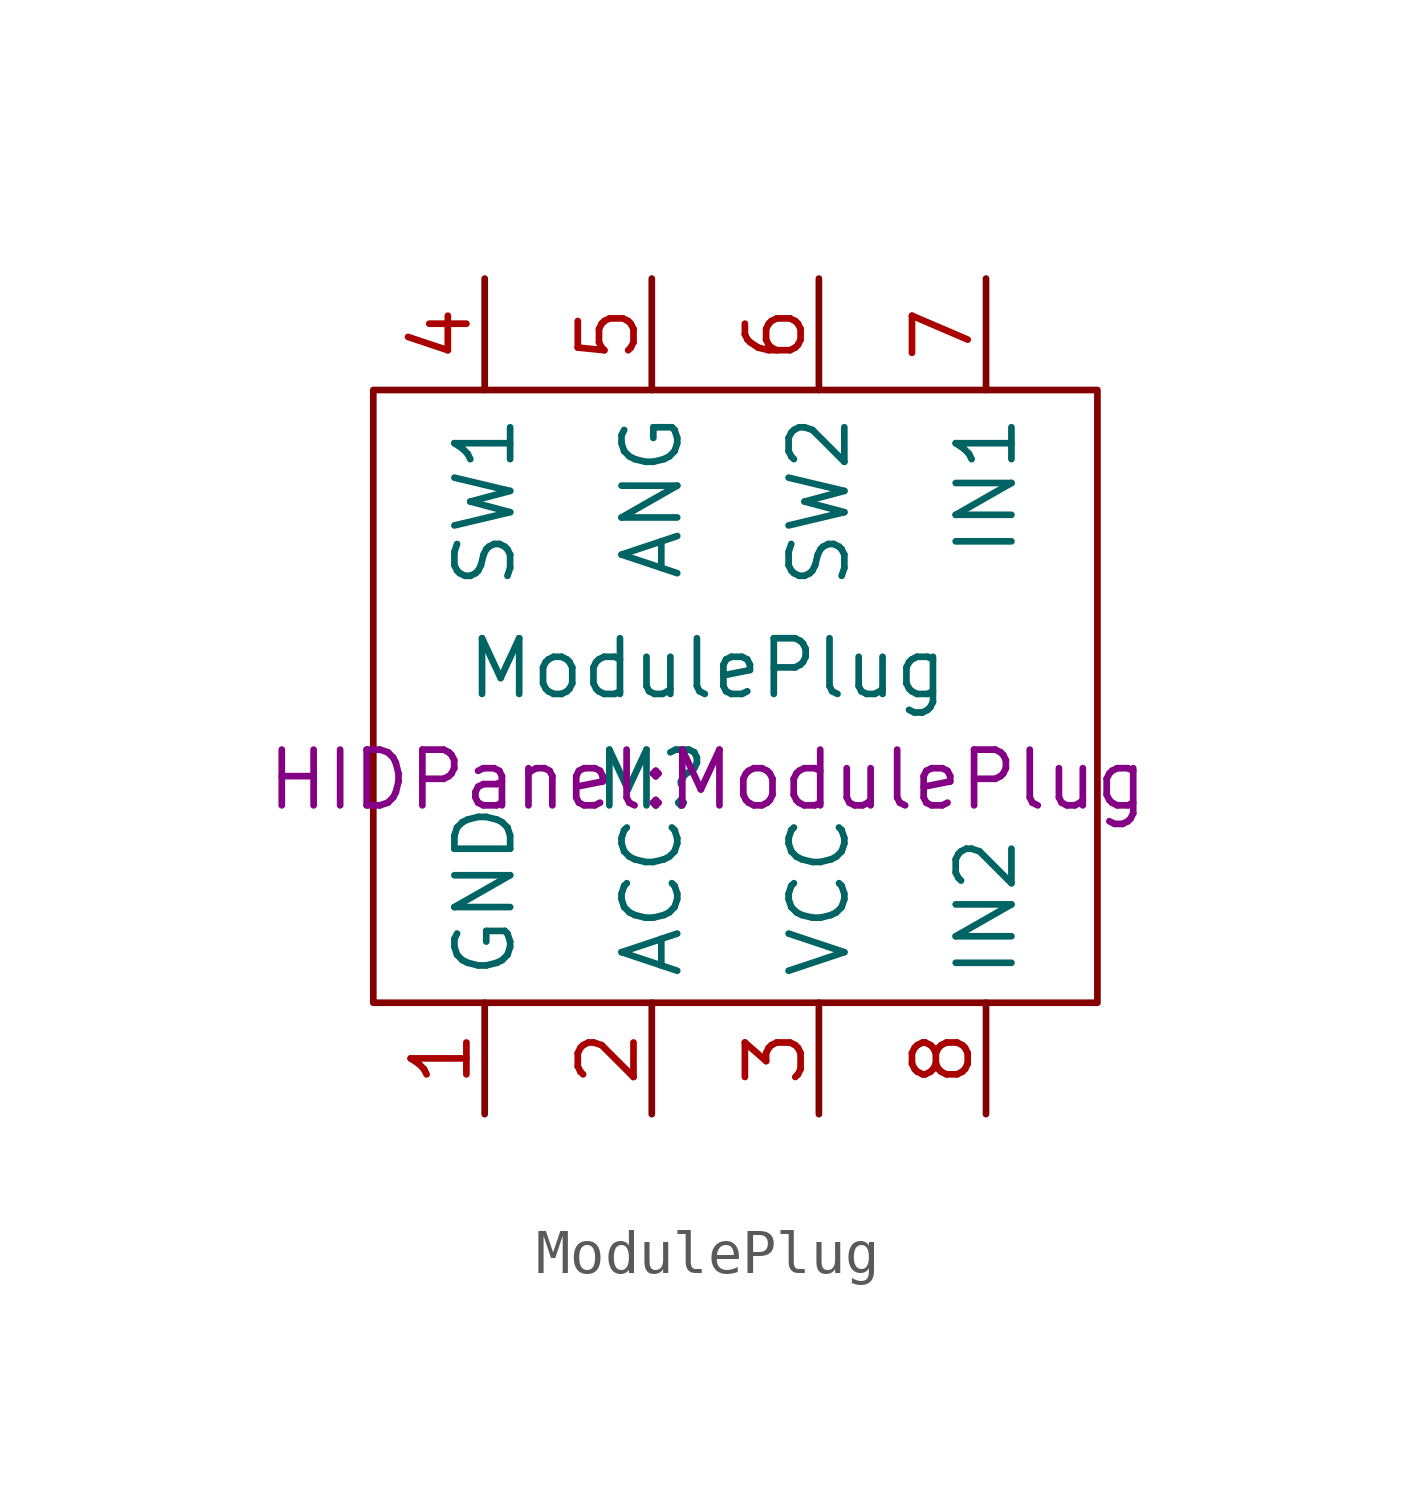
<source format=kicad_sym>
(kicad_symbol_lib
  (version 20211014)
  (generator kicad_symbol_editor)
  (symbol "ModulePlug"
    (property "Reference" "M"
      (at 0 0 0)
      (effects (font (size 1.27 1.27))))
    (property "Value" "ModulePlug"
      (at 1.27 2.54 0)
      (effects (font (size 1.27 1.27))))
    (property "Footprint" "HIDPanel:ModulePlug"
      (at 1.27 0 0)
      (effects (font (size 1.27 1.27))))
    (symbol "ModulePlug_0_1"
      (polyline (pts (xy -6.35 8.89) (xy 10.16 8.89) (xy 10.16 -5.08) (xy -6.35 -5.08) (xy -6.35 8.89)) (stroke (width 0) (type default) (color 0 0 0 0)) (fill (type none))))
    (symbol "ModulePlug_1_1"
      (pin input line (at -3.81 -7.62 90) (length 2.54) (name "GND" (effects (font (size 1.27 1.27)))) (number "1" (effects (font (size 1.27 1.27)))))
      (pin input line (at 0 -7.62 90) (length 2.54) (name "ACC" (effects (font (size 1.27 1.27)))) (number "2" (effects (font (size 1.27 1.27)))))
      (pin input line (at 3.81 -7.62 90) (length 2.54) (name "VCC" (effects (font (size 1.27 1.27)))) (number "3" (effects (font (size 1.27 1.27)))))
      (pin input line (at -3.81 11.43 270) (length 2.54) (name "SW1" (effects (font (size 1.27 1.27)))) (number "4" (effects (font (size 1.27 1.27)))))
      (pin input line (at 0 11.43 270) (length 2.54) (name "ANG" (effects (font (size 1.27 1.27)))) (number "5" (effects (font (size 1.27 1.27)))))
      (pin input line (at 3.81 11.43 270) (length 2.54) (name "SW2" (effects (font (size 1.27 1.27)))) (number "6" (effects (font (size 1.27 1.27)))))
      (pin input line (at 7.62 11.43 270) (length 2.54) (name "IN1" (effects (font (size 1.27 1.27)))) (number "7" (effects (font (size 1.27 1.27)))))
      (pin input line (at 7.62 -7.62 90) (length 2.54) (name "IN2" (effects (font (size 1.27 1.27)))) (number "8" (effects (font (size 1.27 1.27))))))))
</source>
